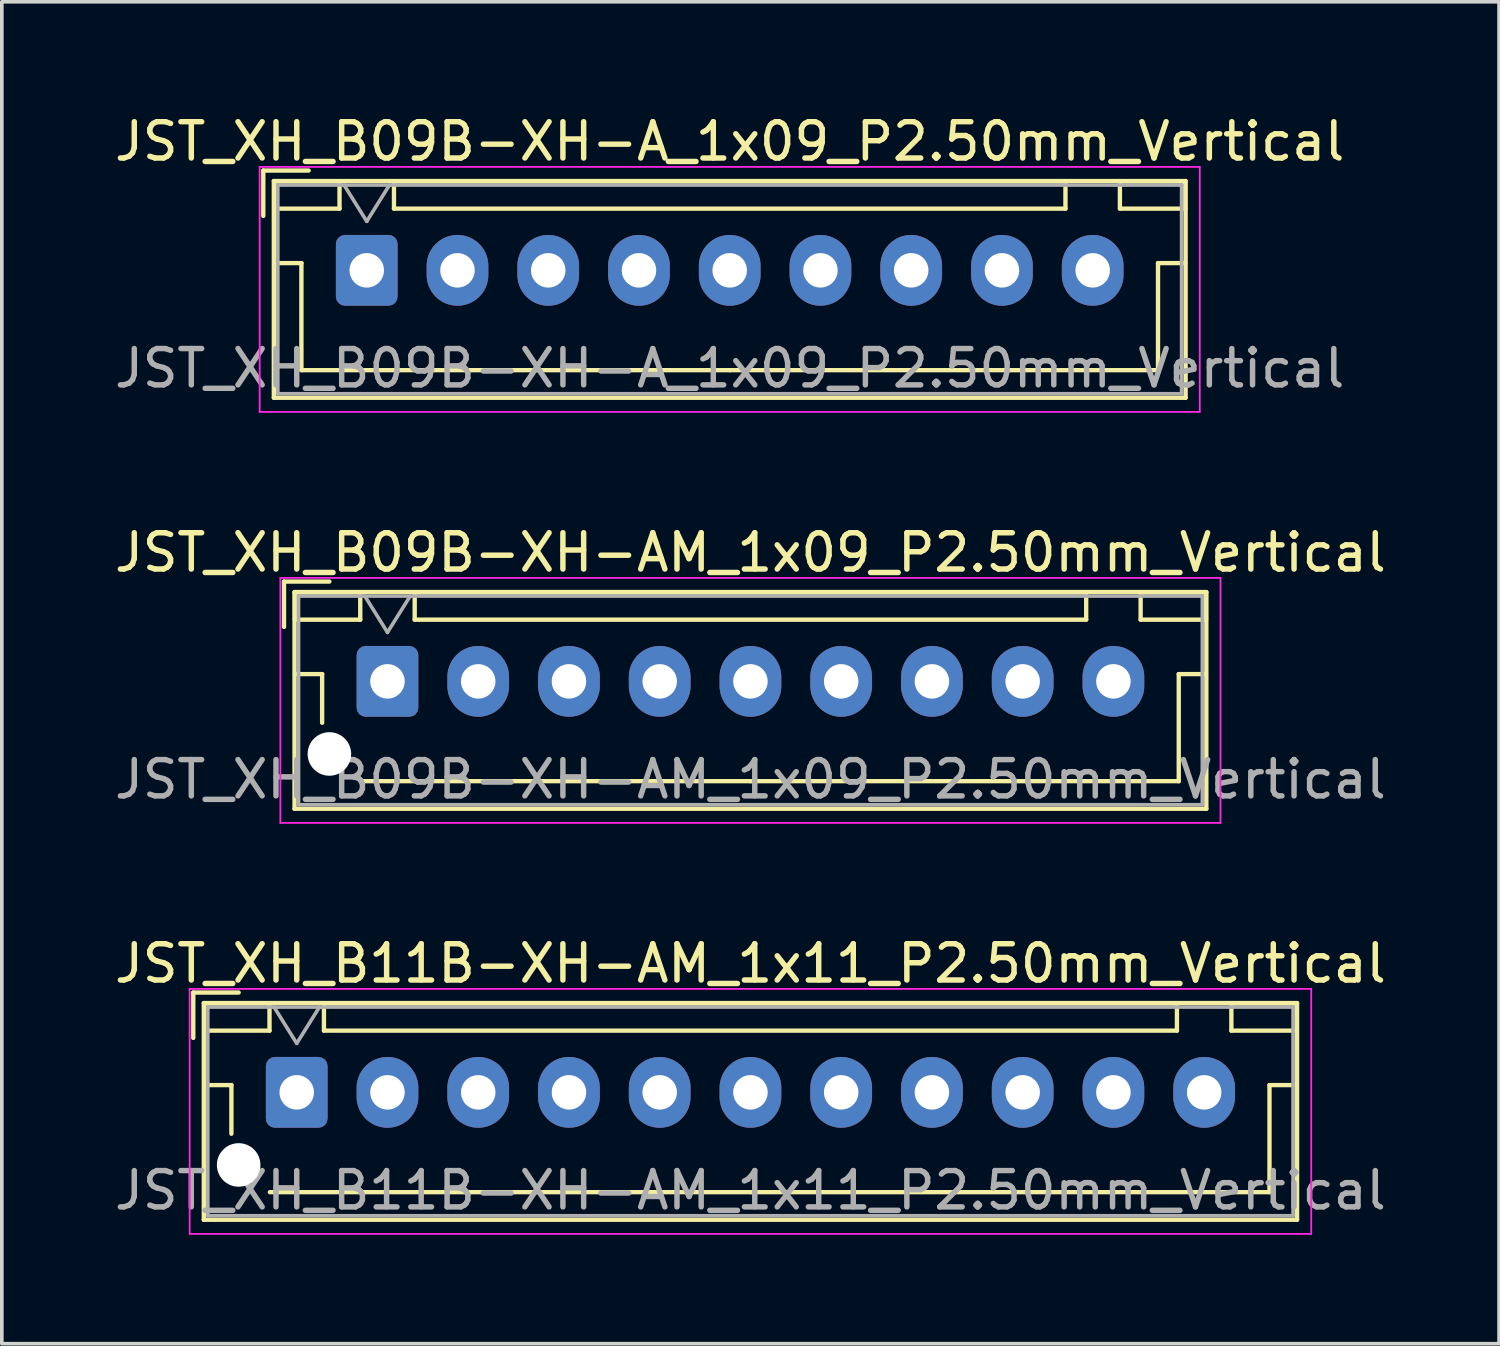
<source format=kicad_pcb>
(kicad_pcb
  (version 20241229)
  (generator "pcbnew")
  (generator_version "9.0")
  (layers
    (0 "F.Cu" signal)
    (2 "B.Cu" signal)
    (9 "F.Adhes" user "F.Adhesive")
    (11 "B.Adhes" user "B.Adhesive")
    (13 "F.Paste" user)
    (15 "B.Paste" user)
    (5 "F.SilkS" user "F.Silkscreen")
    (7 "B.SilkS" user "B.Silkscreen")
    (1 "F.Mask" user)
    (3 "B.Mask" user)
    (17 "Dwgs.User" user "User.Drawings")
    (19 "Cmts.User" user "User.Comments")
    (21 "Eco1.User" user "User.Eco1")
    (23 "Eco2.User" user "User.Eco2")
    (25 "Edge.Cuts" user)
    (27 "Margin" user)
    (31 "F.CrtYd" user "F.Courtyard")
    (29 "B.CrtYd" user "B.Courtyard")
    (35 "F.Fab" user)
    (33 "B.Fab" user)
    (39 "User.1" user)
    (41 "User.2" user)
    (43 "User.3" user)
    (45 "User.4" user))
  (footprint "JST_XH_B09B-XH-A_1x09_P2.50mm_Vertical"
    (layer "F.Cu")
    (at 7.054 4.398)
    (property "Reference" "JST_XH_B09B-XH-A_1x09_P2.50mm_Vertical" (at 10 -3.55 0) (layer "F.SilkS") (effects (font (size 1 1) (thickness 0.15))))
    (attr through_hole)
    (fp_line (start -2.85 -2.75) (end -2.85 -1.5) (stroke (width 0.12) (type solid)) (layer "F.SilkS"))
    (fp_line (start -2.56 -2.46) (end -2.56 3.51) (stroke (width 0.12) (type solid)) (layer "F.SilkS"))
    (fp_line (start -2.56 3.51) (end 22.56 3.51) (stroke (width 0.12) (type solid)) (layer "F.SilkS"))
    (fp_line (start -2.55 -2.45) (end -2.55 -1.7) (stroke (width 0.12) (type solid)) (layer "F.SilkS"))
    (fp_line (start -2.55 -1.7) (end -0.75 -1.7) (stroke (width 0.12) (type solid)) (layer "F.SilkS"))
    (fp_line (start -2.55 -0.2) (end -1.8 -0.2) (stroke (width 0.12) (type solid)) (layer "F.SilkS"))
    (fp_line (start -1.8 -0.2) (end -1.8 2.75) (stroke (width 0.12) (type solid)) (layer "F.SilkS"))
    (fp_line (start -1.8 2.75) (end 10 2.75) (stroke (width 0.12) (type solid)) (layer "F.SilkS"))
    (fp_line (start -1.6 -2.75) (end -2.85 -2.75) (stroke (width 0.12) (type solid)) (layer "F.SilkS"))
    (fp_line (start -0.75 -2.45) (end -2.55 -2.45) (stroke (width 0.12) (type solid)) (layer "F.SilkS"))
    (fp_line (start -0.75 -1.7) (end -0.75 -2.45) (stroke (width 0.12) (type solid)) (layer "F.SilkS"))
    (fp_line (start 0.75 -2.45) (end 0.75 -1.7) (stroke (width 0.12) (type solid)) (layer "F.SilkS"))
    (fp_line (start 0.75 -1.7) (end 19.25 -1.7) (stroke (width 0.12) (type solid)) (layer "F.SilkS"))
    (fp_line (start 19.25 -2.45) (end 0.75 -2.45) (stroke (width 0.12) (type solid)) (layer "F.SilkS"))
    (fp_line (start 19.25 -1.7) (end 19.25 -2.45) (stroke (width 0.12) (type solid)) (layer "F.SilkS"))
    (fp_line (start 20.75 -2.45) (end 20.75 -1.7) (stroke (width 0.12) (type solid)) (layer "F.SilkS"))
    (fp_line (start 20.75 -1.7) (end 22.55 -1.7) (stroke (width 0.12) (type solid)) (layer "F.SilkS"))
    (fp_line (start 21.8 -0.2) (end 21.8 2.75) (stroke (width 0.12) (type solid)) (layer "F.SilkS"))
    (fp_line (start 21.8 2.75) (end 10 2.75) (stroke (width 0.12) (type solid)) (layer "F.SilkS"))
    (fp_line (start 22.55 -2.45) (end 20.75 -2.45) (stroke (width 0.12) (type solid)) (layer "F.SilkS"))
    (fp_line (start 22.55 -1.7) (end 22.55 -2.45) (stroke (width 0.12) (type solid)) (layer "F.SilkS"))
    (fp_line (start 22.55 -0.2) (end 21.8 -0.2) (stroke (width 0.12) (type solid)) (layer "F.SilkS"))
    (fp_line (start 22.56 -2.46) (end -2.56 -2.46) (stroke (width 0.12) (type solid)) (layer "F.SilkS"))
    (fp_line (start 22.56 3.51) (end 22.56 -2.46) (stroke (width 0.12) (type solid)) (layer "F.SilkS"))
    (fp_line (start -2.95 -2.85) (end -2.95 3.9) (stroke (width 0.05) (type solid)) (layer "F.CrtYd"))
    (fp_line (start -2.95 3.9) (end 22.95 3.9) (stroke (width 0.05) (type solid)) (layer "F.CrtYd"))
    (fp_line (start 22.95 -2.85) (end -2.95 -2.85) (stroke (width 0.05) (type solid)) (layer "F.CrtYd"))
    (fp_line (start 22.95 3.9) (end 22.95 -2.85) (stroke (width 0.05) (type solid)) (layer "F.CrtYd"))
    (fp_line (start -2.45 -2.35) (end -2.45 3.4) (stroke (width 0.1) (type solid)) (layer "F.Fab"))
    (fp_line (start -2.45 3.4) (end 22.45 3.4) (stroke (width 0.1) (type solid)) (layer "F.Fab"))
    (fp_line (start -0.625 -2.35) (end 0 -1.35) (stroke (width 0.1) (type solid)) (layer "F.Fab"))
    (fp_line (start 0 -1.35) (end 0.625 -2.35) (stroke (width 0.1) (type solid)) (layer "F.Fab"))
    (fp_line (start 22.45 -2.35) (end -2.45 -2.35) (stroke (width 0.1) (type solid)) (layer "F.Fab"))
    (fp_line (start 22.45 3.4) (end 22.45 -2.35) (stroke (width 0.1) (type solid)) (layer "F.Fab"))
    (fp_text user "${REFERENCE}" (at 10 2.7 0) (layer "F.Fab") (effects (font (size 1 1) (thickness 0.15))))
    (pad "1" thru_hole roundrect (at 0 0) (size 1.7 1.95) (drill 0.95) (layers "*.Cu" "*.Mask") (roundrect_rratio 0.147))
    (pad "2" thru_hole oval (at 2.5 0) (size 1.7 1.95) (drill 0.95) (layers "*.Cu" "*.Mask"))
    (pad "3" thru_hole oval (at 5 0) (size 1.7 1.95) (drill 0.95) (layers "*.Cu" "*.Mask"))
    (pad "4" thru_hole oval (at 7.5 0) (size 1.7 1.95) (drill 0.95) (layers "*.Cu" "*.Mask"))
    (pad "5" thru_hole oval (at 10 0) (size 1.7 1.95) (drill 0.95) (layers "*.Cu" "*.Mask"))
    (pad "6" thru_hole oval (at 12.5 0) (size 1.7 1.95) (drill 0.95) (layers "*.Cu" "*.Mask"))
    (pad "7" thru_hole oval (at 15 0) (size 1.7 1.95) (drill 0.95) (layers "*.Cu" "*.Mask"))
    (pad "8" thru_hole oval (at 17.5 0) (size 1.7 1.95) (drill 0.95) (layers "*.Cu" "*.Mask"))
    (pad "9" thru_hole oval (at 20 0) (size 1.7 1.95) (drill 0.95) (layers "*.Cu" "*.Mask")))
  (footprint "JST_XH_B11B-XH-AM_1x11_P2.50mm_Vertical"
    (layer "F.Cu")
    (at 5.125 27.045)
    (property "Reference" "JST_XH_B11B-XH-AM_1x11_P2.50mm_Vertical" (at 12.5 -3.55 0) (layer "F.SilkS") (effects (font (size 1 1) (thickness 0.15))))
    (attr through_hole)
    (fp_line (start -2.85 -2.75) (end -2.85 -1.5) (stroke (width 0.12) (type solid)) (layer "F.SilkS"))
    (fp_line (start -2.56 -2.46) (end -2.56 3.51) (stroke (width 0.12) (type solid)) (layer "F.SilkS"))
    (fp_line (start -2.56 3.51) (end 27.56 3.51) (stroke (width 0.12) (type solid)) (layer "F.SilkS"))
    (fp_line (start -2.55 -2.45) (end -2.55 -1.7) (stroke (width 0.12) (type solid)) (layer "F.SilkS"))
    (fp_line (start -2.55 -1.7) (end -0.75 -1.7) (stroke (width 0.12) (type solid)) (layer "F.SilkS"))
    (fp_line (start -2.55 -0.2) (end -1.8 -0.2) (stroke (width 0.12) (type solid)) (layer "F.SilkS"))
    (fp_line (start -1.8 -0.2) (end -1.8 1.14) (stroke (width 0.12) (type solid)) (layer "F.SilkS"))
    (fp_line (start -1.6 -2.75) (end -2.85 -2.75) (stroke (width 0.12) (type solid)) (layer "F.SilkS"))
    (fp_line (start -0.75 -2.45) (end -2.55 -2.45) (stroke (width 0.12) (type solid)) (layer "F.SilkS"))
    (fp_line (start -0.75 -1.7) (end -0.75 -2.45) (stroke (width 0.12) (type solid)) (layer "F.SilkS"))
    (fp_line (start 0.75 -2.45) (end 0.75 -1.7) (stroke (width 0.12) (type solid)) (layer "F.SilkS"))
    (fp_line (start 0.75 -1.7) (end 24.25 -1.7) (stroke (width 0.12) (type solid)) (layer "F.SilkS"))
    (fp_line (start 12.5 2.75) (end -0.74 2.75) (stroke (width 0.12) (type solid)) (layer "F.SilkS"))
    (fp_line (start 24.25 -2.45) (end 0.75 -2.45) (stroke (width 0.12) (type solid)) (layer "F.SilkS"))
    (fp_line (start 24.25 -1.7) (end 24.25 -2.45) (stroke (width 0.12) (type solid)) (layer "F.SilkS"))
    (fp_line (start 25.75 -2.45) (end 25.75 -1.7) (stroke (width 0.12) (type solid)) (layer "F.SilkS"))
    (fp_line (start 25.75 -1.7) (end 27.55 -1.7) (stroke (width 0.12) (type solid)) (layer "F.SilkS"))
    (fp_line (start 26.8 -0.2) (end 26.8 2.75) (stroke (width 0.12) (type solid)) (layer "F.SilkS"))
    (fp_line (start 26.8 2.75) (end 12.5 2.75) (stroke (width 0.12) (type solid)) (layer "F.SilkS"))
    (fp_line (start 27.55 -2.45) (end 25.75 -2.45) (stroke (width 0.12) (type solid)) (layer "F.SilkS"))
    (fp_line (start 27.55 -1.7) (end 27.55 -2.45) (stroke (width 0.12) (type solid)) (layer "F.SilkS"))
    (fp_line (start 27.55 -0.2) (end 26.8 -0.2) (stroke (width 0.12) (type solid)) (layer "F.SilkS"))
    (fp_line (start 27.56 -2.46) (end -2.56 -2.46) (stroke (width 0.12) (type solid)) (layer "F.SilkS"))
    (fp_line (start 27.56 3.51) (end 27.56 -2.46) (stroke (width 0.12) (type solid)) (layer "F.SilkS"))
    (fp_line (start -2.95 -2.85) (end -2.95 3.9) (stroke (width 0.05) (type solid)) (layer "F.CrtYd"))
    (fp_line (start -2.95 3.9) (end 27.95 3.9) (stroke (width 0.05) (type solid)) (layer "F.CrtYd"))
    (fp_line (start 27.95 -2.85) (end -2.95 -2.85) (stroke (width 0.05) (type solid)) (layer "F.CrtYd"))
    (fp_line (start 27.95 3.9) (end 27.95 -2.85) (stroke (width 0.05) (type solid)) (layer "F.CrtYd"))
    (fp_line (start -2.45 -2.35) (end -2.45 3.4) (stroke (width 0.1) (type solid)) (layer "F.Fab"))
    (fp_line (start -2.45 3.4) (end 27.45 3.4) (stroke (width 0.1) (type solid)) (layer "F.Fab"))
    (fp_line (start -0.625 -2.35) (end 0 -1.35) (stroke (width 0.1) (type solid)) (layer "F.Fab"))
    (fp_line (start 0 -1.35) (end 0.625 -2.35) (stroke (width 0.1) (type solid)) (layer "F.Fab"))
    (fp_line (start 27.45 -2.35) (end -2.45 -2.35) (stroke (width 0.1) (type solid)) (layer "F.Fab"))
    (fp_line (start 27.45 3.4) (end 27.45 -2.35) (stroke (width 0.1) (type solid)) (layer "F.Fab"))
    (fp_text user "${REFERENCE}" (at 12.5 2.7 0) (layer "F.Fab") (effects (font (size 1 1) (thickness 0.15))))
    (pad "" np_thru_hole circle (at -1.6 2) (size 1.2 1.2) (drill 1.2) (layers "*.Cu" "*.Mask"))
    (pad "1" thru_hole roundrect (at 0 0) (size 1.7 1.95) (drill 0.95) (layers "*.Cu" "*.Mask") (roundrect_rratio 0.147))
    (pad "2" thru_hole oval (at 2.5 0) (size 1.7 1.95) (drill 0.95) (layers "*.Cu" "*.Mask"))
    (pad "3" thru_hole oval (at 5 0) (size 1.7 1.95) (drill 0.95) (layers "*.Cu" "*.Mask"))
    (pad "4" thru_hole oval (at 7.5 0) (size 1.7 1.95) (drill 0.95) (layers "*.Cu" "*.Mask"))
    (pad "5" thru_hole oval (at 10 0) (size 1.7 1.95) (drill 0.95) (layers "*.Cu" "*.Mask"))
    (pad "6" thru_hole oval (at 12.5 0) (size 1.7 1.95) (drill 0.95) (layers "*.Cu" "*.Mask"))
    (pad "7" thru_hole oval (at 15 0) (size 1.7 1.95) (drill 0.95) (layers "*.Cu" "*.Mask"))
    (pad "8" thru_hole oval (at 17.5 0) (size 1.7 1.95) (drill 0.95) (layers "*.Cu" "*.Mask"))
    (pad "9" thru_hole oval (at 20 0) (size 1.7 1.95) (drill 0.95) (layers "*.Cu" "*.Mask"))
    (pad "10" thru_hole oval (at 22.5 0) (size 1.7 1.95) (drill 0.95) (layers "*.Cu" "*.Mask"))
    (pad "11" thru_hole oval (at 25 0) (size 1.7 1.95) (drill 0.95) (layers "*.Cu" "*.Mask")))
  (footprint "JST_XH_B09B-XH-AM_1x09_P2.50mm_Vertical"
    (layer "F.Cu")
    (at 7.625 15.722)
    (property "Reference" "JST_XH_B09B-XH-AM_1x09_P2.50mm_Vertical" (at 10 -3.55 0) (layer "F.SilkS") (effects (font (size 1 1) (thickness 0.15))))
    (attr through_hole)
    (fp_line (start -2.85 -2.75) (end -2.85 -1.5) (stroke (width 0.12) (type solid)) (layer "F.SilkS"))
    (fp_line (start -2.56 -2.46) (end -2.56 3.51) (stroke (width 0.12) (type solid)) (layer "F.SilkS"))
    (fp_line (start -2.56 3.51) (end 22.56 3.51) (stroke (width 0.12) (type solid)) (layer "F.SilkS"))
    (fp_line (start -2.55 -2.45) (end -2.55 -1.7) (stroke (width 0.12) (type solid)) (layer "F.SilkS"))
    (fp_line (start -2.55 -1.7) (end -0.75 -1.7) (stroke (width 0.12) (type solid)) (layer "F.SilkS"))
    (fp_line (start -2.55 -0.2) (end -1.8 -0.2) (stroke (width 0.12) (type solid)) (layer "F.SilkS"))
    (fp_line (start -1.8 -0.2) (end -1.8 1.14) (stroke (width 0.12) (type solid)) (layer "F.SilkS"))
    (fp_line (start -1.6 -2.75) (end -2.85 -2.75) (stroke (width 0.12) (type solid)) (layer "F.SilkS"))
    (fp_line (start -0.75 -2.45) (end -2.55 -2.45) (stroke (width 0.12) (type solid)) (layer "F.SilkS"))
    (fp_line (start -0.75 -1.7) (end -0.75 -2.45) (stroke (width 0.12) (type solid)) (layer "F.SilkS"))
    (fp_line (start 0.75 -2.45) (end 0.75 -1.7) (stroke (width 0.12) (type solid)) (layer "F.SilkS"))
    (fp_line (start 0.75 -1.7) (end 19.25 -1.7) (stroke (width 0.12) (type solid)) (layer "F.SilkS"))
    (fp_line (start 10 2.75) (end -0.74 2.75) (stroke (width 0.12) (type solid)) (layer "F.SilkS"))
    (fp_line (start 19.25 -2.45) (end 0.75 -2.45) (stroke (width 0.12) (type solid)) (layer "F.SilkS"))
    (fp_line (start 19.25 -1.7) (end 19.25 -2.45) (stroke (width 0.12) (type solid)) (layer "F.SilkS"))
    (fp_line (start 20.75 -2.45) (end 20.75 -1.7) (stroke (width 0.12) (type solid)) (layer "F.SilkS"))
    (fp_line (start 20.75 -1.7) (end 22.55 -1.7) (stroke (width 0.12) (type solid)) (layer "F.SilkS"))
    (fp_line (start 21.8 -0.2) (end 21.8 2.75) (stroke (width 0.12) (type solid)) (layer "F.SilkS"))
    (fp_line (start 21.8 2.75) (end 10 2.75) (stroke (width 0.12) (type solid)) (layer "F.SilkS"))
    (fp_line (start 22.55 -2.45) (end 20.75 -2.45) (stroke (width 0.12) (type solid)) (layer "F.SilkS"))
    (fp_line (start 22.55 -1.7) (end 22.55 -2.45) (stroke (width 0.12) (type solid)) (layer "F.SilkS"))
    (fp_line (start 22.55 -0.2) (end 21.8 -0.2) (stroke (width 0.12) (type solid)) (layer "F.SilkS"))
    (fp_line (start 22.56 -2.46) (end -2.56 -2.46) (stroke (width 0.12) (type solid)) (layer "F.SilkS"))
    (fp_line (start 22.56 3.51) (end 22.56 -2.46) (stroke (width 0.12) (type solid)) (layer "F.SilkS"))
    (fp_line (start -2.95 -2.85) (end -2.95 3.9) (stroke (width 0.05) (type solid)) (layer "F.CrtYd"))
    (fp_line (start -2.95 3.9) (end 22.95 3.9) (stroke (width 0.05) (type solid)) (layer "F.CrtYd"))
    (fp_line (start 22.95 -2.85) (end -2.95 -2.85) (stroke (width 0.05) (type solid)) (layer "F.CrtYd"))
    (fp_line (start 22.95 3.9) (end 22.95 -2.85) (stroke (width 0.05) (type solid)) (layer "F.CrtYd"))
    (fp_line (start -2.45 -2.35) (end -2.45 3.4) (stroke (width 0.1) (type solid)) (layer "F.Fab"))
    (fp_line (start -2.45 3.4) (end 22.45 3.4) (stroke (width 0.1) (type solid)) (layer "F.Fab"))
    (fp_line (start -0.625 -2.35) (end 0 -1.35) (stroke (width 0.1) (type solid)) (layer "F.Fab"))
    (fp_line (start 0 -1.35) (end 0.625 -2.35) (stroke (width 0.1) (type solid)) (layer "F.Fab"))
    (fp_line (start 22.45 -2.35) (end -2.45 -2.35) (stroke (width 0.1) (type solid)) (layer "F.Fab"))
    (fp_line (start 22.45 3.4) (end 22.45 -2.35) (stroke (width 0.1) (type solid)) (layer "F.Fab"))
    (fp_text user "${REFERENCE}" (at 10 2.7 0) (layer "F.Fab") (effects (font (size 1 1) (thickness 0.15))))
    (pad "" np_thru_hole circle (at -1.6 2) (size 1.2 1.2) (drill 1.2) (layers "*.Cu" "*.Mask"))
    (pad "1" thru_hole roundrect (at 0 0) (size 1.7 1.95) (drill 0.95) (layers "*.Cu" "*.Mask") (roundrect_rratio 0.147))
    (pad "2" thru_hole oval (at 2.5 0) (size 1.7 1.95) (drill 0.95) (layers "*.Cu" "*.Mask"))
    (pad "3" thru_hole oval (at 5 0) (size 1.7 1.95) (drill 0.95) (layers "*.Cu" "*.Mask"))
    (pad "4" thru_hole oval (at 7.5 0) (size 1.7 1.95) (drill 0.95) (layers "*.Cu" "*.Mask"))
    (pad "5" thru_hole oval (at 10 0) (size 1.7 1.95) (drill 0.95) (layers "*.Cu" "*.Mask"))
    (pad "6" thru_hole oval (at 12.5 0) (size 1.7 1.95) (drill 0.95) (layers "*.Cu" "*.Mask"))
    (pad "7" thru_hole oval (at 15 0) (size 1.7 1.95) (drill 0.95) (layers "*.Cu" "*.Mask"))
    (pad "8" thru_hole oval (at 17.5 0) (size 1.7 1.95) (drill 0.95) (layers "*.Cu" "*.Mask"))
    (pad "9" thru_hole oval (at 20 0) (size 1.7 1.95) (drill 0.95) (layers "*.Cu" "*.Mask")))
  (gr_rect
    (start -3 -3)
    (end 38.25 33.97)
    (stroke (width 0.1) (type default))
    (fill no)
    (layer "Edge.Cuts")))
</source>
